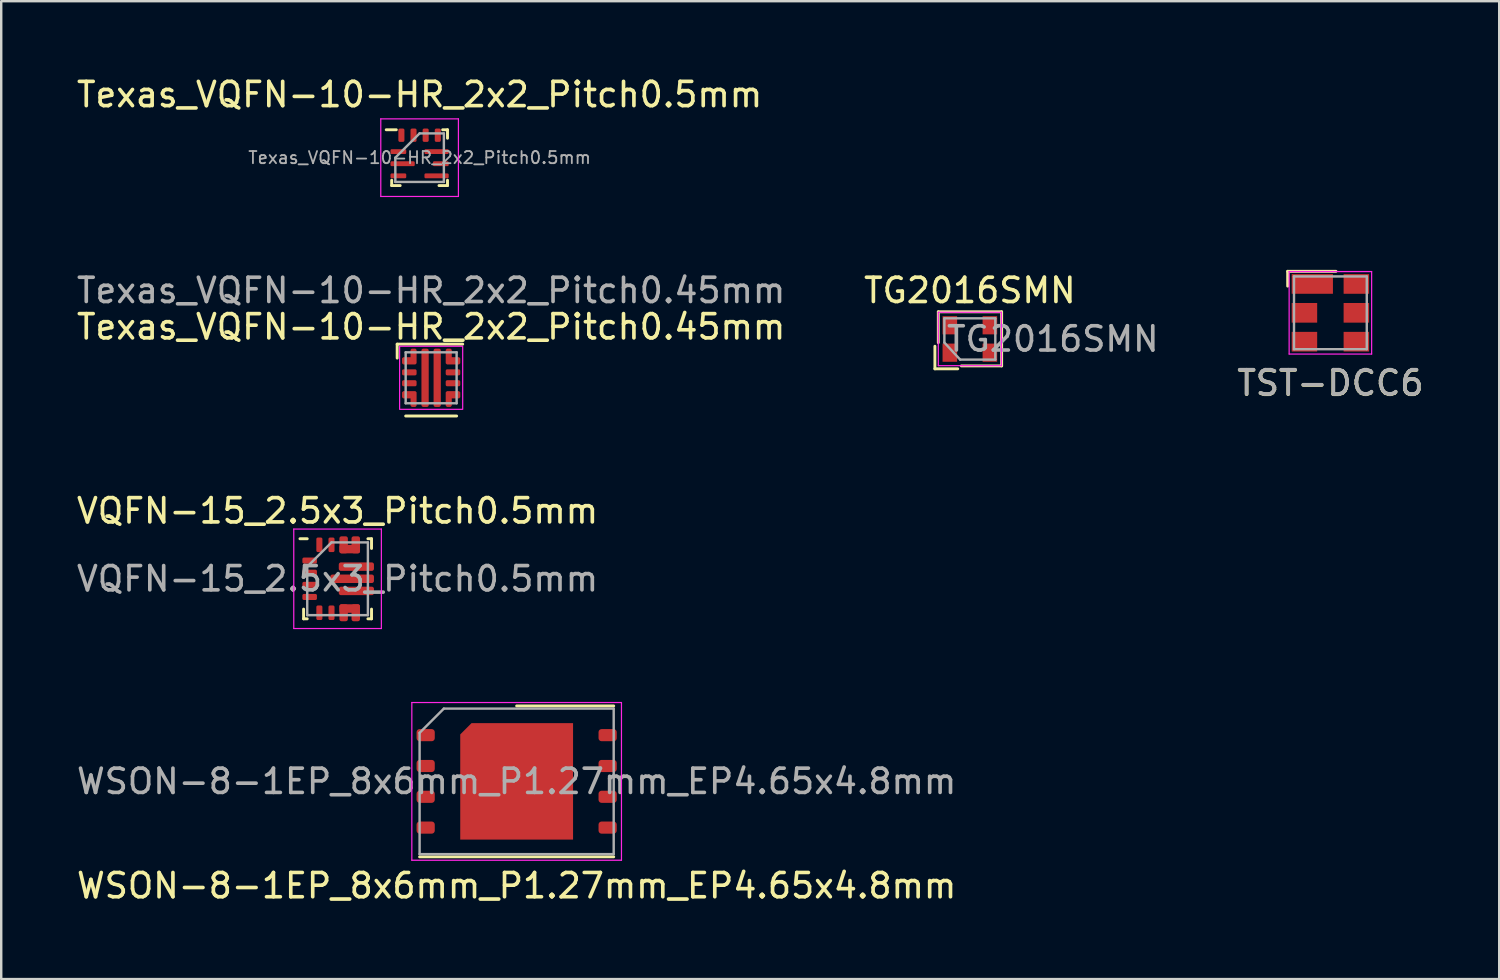
<source format=kicad_pcb>
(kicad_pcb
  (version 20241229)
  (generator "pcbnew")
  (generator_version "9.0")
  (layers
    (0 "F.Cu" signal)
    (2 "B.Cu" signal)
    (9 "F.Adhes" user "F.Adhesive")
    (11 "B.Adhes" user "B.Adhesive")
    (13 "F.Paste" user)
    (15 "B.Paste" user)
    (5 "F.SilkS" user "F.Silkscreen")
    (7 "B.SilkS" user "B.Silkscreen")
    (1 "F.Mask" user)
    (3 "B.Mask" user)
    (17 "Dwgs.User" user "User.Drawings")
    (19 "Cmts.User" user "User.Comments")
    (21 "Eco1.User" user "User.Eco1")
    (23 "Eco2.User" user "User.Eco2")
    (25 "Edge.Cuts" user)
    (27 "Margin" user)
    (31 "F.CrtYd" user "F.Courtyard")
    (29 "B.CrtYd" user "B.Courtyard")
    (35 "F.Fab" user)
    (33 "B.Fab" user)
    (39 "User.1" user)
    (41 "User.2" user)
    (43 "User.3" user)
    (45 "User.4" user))
  (footprint "VQFN-15_2.5x3_Pitch0.5mm"
    (layer "F.Cu")
    (at 10.888 20.805)
    (property "Reference" "VQFN-15_2.5x3_Pitch0.5mm" (at -0.025 -2.8 0) (layer "F.SilkS") (effects (font (size 1 1) (thickness 0.15))))
    (attr smd)
    (fp_line (start -1.425 1.65) (end -1.425 1.25) (stroke (width 0.12) (type solid)) (layer "F.SilkS"))
    (fp_line (start -1.275 -1.65) (end -1.575 -1.65) (stroke (width 0.12) (type solid)) (layer "F.SilkS"))
    (fp_line (start -1.275 1.65) (end -1.425 1.65) (stroke (width 0.12) (type solid)) (layer "F.SilkS"))
    (fp_line (start 1.225 -1.65) (end 1.375 -1.65) (stroke (width 0.12) (type solid)) (layer "F.SilkS"))
    (fp_line (start 1.225 1.65) (end 1.375 1.65) (stroke (width 0.12) (type solid)) (layer "F.SilkS"))
    (fp_line (start 1.375 -1.65) (end 1.375 -1.25) (stroke (width 0.12) (type solid)) (layer "F.SilkS"))
    (fp_line (start 1.375 1.65) (end 1.375 1.25) (stroke (width 0.12) (type solid)) (layer "F.SilkS"))
    (fp_line (start -1.83 -2.05) (end 1.78 -2.05) (stroke (width 0.05) (type solid)) (layer "F.CrtYd"))
    (fp_line (start -1.83 2.05) (end -1.83 -2.05) (stroke (width 0.05) (type solid)) (layer "F.CrtYd"))
    (fp_line (start 1.78 -2.05) (end 1.78 2.05) (stroke (width 0.05) (type solid)) (layer "F.CrtYd"))
    (fp_line (start 1.78 2.05) (end -1.83 2.05) (stroke (width 0.05) (type solid)) (layer "F.CrtYd"))
    (fp_line (start -1.275 -0.5) (end -1.275 1.5) (stroke (width 0.1) (type solid)) (layer "F.Fab"))
    (fp_line (start -1.275 1.5) (end 1.225 1.5) (stroke (width 0.1) (type solid)) (layer "F.Fab"))
    (fp_line (start -0.275 -1.5) (end -1.275 -0.5) (stroke (width 0.1) (type solid)) (layer "F.Fab"))
    (fp_line (start 1.225 -1.5) (end -0.275 -1.5) (stroke (width 0.1) (type solid)) (layer "F.Fab"))
    (fp_line (start 1.225 1.5) (end 1.225 -1.5) (stroke (width 0.1) (type solid)) (layer "F.Fab"))
    (fp_text user "${REFERENCE}" (at -0.025 0 0) (layer "F.Fab") (effects (font (size 1 1) (thickness 0.15))))
    (pad "" smd roundrect (at 0.115 0 90) (size 0.25 0.72) (layers "F.Paste") (roundrect_rratio 0.25))
    (pad "" smd roundrect (at 0.313 -0.5 90) (size 0.25 0.575) (layers "F.Paste") (roundrect_rratio 0.25))
    (pad "" smd roundrect (at 0.313 0.5 90) (size 0.25 0.575) (layers "F.Paste") (roundrect_rratio 0.25))
    (pad "" smd roundrect (at 1.035 0.008 90) (size 0.25 0.72) (layers "F.Paste") (roundrect_rratio 0.25))
    (pad "" smd roundrect (at 1.138 -0.5 90) (size 0.25 0.575) (layers "F.Paste") (roundrect_rratio 0.25))
    (pad "" smd roundrect (at 1.138 0.5 90) (size 0.25 0.575) (layers "F.Paste") (roundrect_rratio 0.25))
    (pad "1" smd roundrect (at -1.175 -0.75 90) (size 0.25 0.6) (layers "F.Cu" "F.Mask" "F.Paste") (roundrect_rratio 0.25))
    (pad "2" smd roundrect (at -1.175 -0.25 90) (size 0.25 0.6) (layers "F.Cu" "F.Mask" "F.Paste") (roundrect_rratio 0.25))
    (pad "3" smd roundrect (at -1.175 0.25 90) (size 0.25 0.6) (layers "F.Cu" "F.Mask" "F.Paste") (roundrect_rratio 0.25))
    (pad "4" smd roundrect (at -1.175 0.75 90) (size 0.25 0.6) (layers "F.Cu" "F.Mask" "F.Paste") (roundrect_rratio 0.25))
    (pad "5" smd roundrect (at -0.775 1.4) (size 0.25 0.6) (layers "F.Cu" "F.Mask" "F.Paste") (roundrect_rratio 0.25))
    (pad "6" smd roundrect (at -0.275 1.4) (size 0.25 0.6) (layers "F.Cu" "F.Mask" "F.Paste") (roundrect_rratio 0.25))
    (pad "7" smd roundrect (at 0.225 1.4) (size 0.35 0.7) (layers "F.Cu" "F.Mask" "F.Paste") (roundrect_rratio 0.25))
    (pad "7" smd roundrect (at 0.475 1.226 90) (size 0.35 0.85) (layers "F.Cu" "F.Mask" "F.Paste") (roundrect_rratio 0.25))
    (pad "7" smd roundrect (at 0.725 1.4) (size 0.35 0.7) (layers "F.Cu" "F.Mask" "F.Paste") (roundrect_rratio 0.25))
    (pad "9" smd roundrect (at 0.75 0.5 90) (size 0.35 1.45) (layers "F.Cu" "F.Mask") (roundrect_rratio 0.25))
    (pad "10" smd roundrect (at 0.575 0 90) (size 0.35 1.8) (layers "F.Cu" "F.Mask") (roundrect_rratio 0.25))
    (pad "11" smd roundrect (at 0.75 -0.5 90) (size 0.35 1.45) (layers "F.Cu" "F.Mask") (roundrect_rratio 0.25))
    (pad "12" smd roundrect (at 0.225 -1.4) (size 0.35 0.7) (layers "F.Cu" "F.Mask" "F.Paste") (roundrect_rratio 0.25))
    (pad "12" smd roundrect (at 0.475 -1.223 90) (size 0.35 0.85) (layers "F.Cu" "F.Mask" "F.Paste") (roundrect_rratio 0.25))
    (pad "12" smd roundrect (at 0.725 -1.4) (size 0.35 0.7) (layers "F.Cu" "F.Mask" "F.Paste") (roundrect_rratio 0.25))
    (pad "14" smd roundrect (at -0.275 -1.4) (size 0.25 0.6) (layers "F.Cu" "F.Mask" "F.Paste") (roundrect_rratio 0.25))
    (pad "15" smd roundrect (at -0.775 -1.4) (size 0.25 0.6) (layers "F.Cu" "F.Mask" "F.Paste") (roundrect_rratio 0.25)))
  (footprint "Texas_VQFN-10-HR_2x2_Pitch0.5mm"
    (layer "F.Cu")
    (at 14.244 3.448)
    (property "Reference" "Texas_VQFN-10-HR_2x2_Pitch0.5mm" (at 0 -2.6 0) (layer "F.SilkS") (effects (font (size 1 1) (thickness 0.15))))
    (attr smd)
    (fp_line (start -1.15 1.15) (end -1.15 0.93) (stroke (width 0.12) (type solid)) (layer "F.SilkS"))
    (fp_line (start -0.96 -1.15) (end -1.375 -1.15) (stroke (width 0.12) (type solid)) (layer "F.SilkS"))
    (fp_line (start -0.8 1.15) (end -1.15 1.15) (stroke (width 0.12) (type solid)) (layer "F.SilkS"))
    (fp_line (start 0.8 1.15) (end 1.15 1.15) (stroke (width 0.12) (type solid)) (layer "F.SilkS"))
    (fp_line (start 0.95 -1.15) (end 1.15 -1.15) (stroke (width 0.12) (type solid)) (layer "F.SilkS"))
    (fp_line (start 1.15 -1.15) (end 1.15 -0.8) (stroke (width 0.12) (type solid)) (layer "F.SilkS"))
    (fp_line (start 1.15 1.15) (end 1.15 0.93) (stroke (width 0.12) (type solid)) (layer "F.SilkS"))
    (fp_line (start -1.6 -1.6) (end 1.6 -1.6) (stroke (width 0.05) (type solid)) (layer "F.CrtYd"))
    (fp_line (start -1.6 1.6) (end -1.6 -1.6) (stroke (width 0.05) (type solid)) (layer "F.CrtYd"))
    (fp_line (start 1.6 -1.6) (end 1.6 1.6) (stroke (width 0.05) (type solid)) (layer "F.CrtYd"))
    (fp_line (start 1.6 1.6) (end -1.6 1.6) (stroke (width 0.05) (type solid)) (layer "F.CrtYd"))
    (fp_line (start -1 0) (end -1 1) (stroke (width 0.1) (type solid)) (layer "F.Fab"))
    (fp_line (start -1 1) (end 1 1) (stroke (width 0.1) (type solid)) (layer "F.Fab"))
    (fp_line (start 0 -1) (end -1 0) (stroke (width 0.1) (type solid)) (layer "F.Fab"))
    (fp_line (start 1 -1) (end 0 -1) (stroke (width 0.1) (type solid)) (layer "F.Fab"))
    (fp_line (start 1 1) (end 1 -1) (stroke (width 0.1) (type solid)) (layer "F.Fab"))
    (fp_text user "${REFERENCE}" (at 0 0 0) (layer "F.Fab") (effects (font (size 0.5 0.5) (thickness 0.075))))
    (pad "1" smd roundrect (at -0.875 -0.25 90) (size 0.2 0.65) (layers "F.Cu" "F.Mask" "F.Paste") (roundrect_rratio 0.25))
    (pad "2" smd roundrect (at -0.7 0.25 90) (size 0.2 1) (layers "F.Cu" "F.Mask" "F.Paste") (roundrect_rratio 0.25))
    (pad "3" smd roundrect (at -0.875 0.75 90) (size 0.2 0.65) (layers "F.Cu" "F.Mask" "F.Paste") (roundrect_rratio 0.25))
    (pad "4" smd roundrect (at 0.7 0.75 90) (size 0.2 1) (layers "F.Cu" "F.Mask" "F.Paste") (roundrect_rratio 0.25))
    (pad "5" smd roundrect (at 0.875 0.25 90) (size 0.2 0.65) (layers "F.Cu" "F.Mask" "F.Paste") (roundrect_rratio 0.25))
    (pad "6" smd roundrect (at 0.7 -0.25 90) (size 0.2 1) (layers "F.Cu" "F.Mask" "F.Paste") (roundrect_rratio 0.25))
    (pad "7" smd roundrect (at 0.75 -0.925 180) (size 0.25 0.55) (layers "F.Cu" "F.Mask" "F.Paste") (roundrect_rratio 0.25))
    (pad "8" smd roundrect (at 0.25 -0.925 180) (size 0.25 0.55) (layers "F.Cu" "F.Mask" "F.Paste") (roundrect_rratio 0.25))
    (pad "9" smd roundrect (at -0.25 -0.925 180) (size 0.25 0.55) (layers "F.Cu" "F.Mask" "F.Paste") (roundrect_rratio 0.25))
    (pad "10" smd roundrect (at -0.75 -0.925) (size 0.25 0.55) (layers "F.Cu" "F.Mask" "F.Paste") (roundrect_rratio 0.25)))
  (footprint "TST-DCC6"
    (layer "F.Cu")
    (at 51.783 9.843)
    (property "Reference" "TST-DCC6" (at 0 2.9 0) (layer "F.SilkS") (effects (font (size 1 1) (thickness 0.15))))
    (attr smd)
    (fp_line (start -1.76 -1.71) (end 0.23 -1.71) (stroke (width 0.12) (type solid)) (layer "F.SilkS"))
    (fp_line (start -1.76 -1.1) (end -1.76 -1.71) (stroke (width 0.12) (type solid)) (layer "F.SilkS"))
    (fp_line (start -1.7 -1.7) (end 1.7 -1.7) (stroke (width 0.05) (type solid)) (layer "F.CrtYd"))
    (fp_line (start -1.7 1.7) (end -1.7 -1.7) (stroke (width 0.05) (type solid)) (layer "F.CrtYd"))
    (fp_line (start -1.7 1.7) (end 1.7 1.7) (stroke (width 0.05) (type solid)) (layer "F.CrtYd"))
    (fp_line (start 1.7 1.7) (end 1.7 -1.7) (stroke (width 0.05) (type solid)) (layer "F.CrtYd"))
    (fp_line (start -1.5 -1.5) (end -1.5 1.5) (stroke (width 0.1) (type solid)) (layer "F.Fab"))
    (fp_line (start -1.5 -1.5) (end 1.5 -1.5) (stroke (width 0.1) (type solid)) (layer "F.Fab"))
    (fp_line (start -1.5 1.5) (end 1.5 1.5) (stroke (width 0.1) (type solid)) (layer "F.Fab"))
    (fp_line (start 1.5 -1.5) (end 1.5 1.5) (stroke (width 0.1) (type solid)) (layer "F.Fab"))
    (fp_text user "${REFERENCE}" (at 0 2.89 0) (layer "F.Fab") (effects (font (size 1 1) (thickness 0.15))))
    (pad "1" smd rect (at -0.745 -1.19) (size 1.7 0.81) (layers "F.Cu" "F.Mask" "F.Paste"))
    (pad "2" smd rect (at -1.07 0) (size 1.05 0.81) (layers "F.Cu" "F.Mask" "F.Paste"))
    (pad "3" smd rect (at -1.07 1.19) (size 1.05 0.81) (layers "F.Cu" "F.Mask" "F.Paste"))
    (pad "4" smd rect (at 1.07 1.19) (size 1.05 0.81) (layers "F.Cu" "F.Mask" "F.Paste"))
    (pad "5" smd rect (at 1.07 0) (size 1.05 0.81) (layers "F.Cu" "F.Mask" "F.Paste"))
    (pad "6" smd rect (at 1.07 -1.19) (size 1.05 0.81) (layers "F.Cu" "F.Mask" "F.Paste")))
  (footprint "WSON-8-1EP_8x6mm_P1.27mm_EP4.65x4.8mm"
    (layer "F.Cu")
    (at 18.244 29.155)
    (property "Reference" "WSON-8-1EP_8x6mm_P1.27mm_EP4.65x4.8mm" (at 0 4.3 0) (unlocked yes) (layer "F.SilkS") (effects (font (size 1 1) (thickness 0.15))))
    (attr smd)
    (fp_line (start -4 3.11) (end 4 3.11) (stroke (width 0.12) (type solid)) (layer "F.SilkS"))
    (fp_line (start 0 -3.11) (end 4 -3.11) (stroke (width 0.12) (type solid)) (layer "F.SilkS"))
    (fp_line (start -4.32 -3.25) (end -4.32 3.25) (stroke (width 0.05) (type solid)) (layer "F.CrtYd"))
    (fp_line (start -4.32 3.25) (end 4.32 3.25) (stroke (width 0.05) (type solid)) (layer "F.CrtYd"))
    (fp_line (start 4.32 -3.25) (end -4.32 -3.25) (stroke (width 0.05) (type solid)) (layer "F.CrtYd"))
    (fp_line (start 4.32 3.25) (end 4.32 -3.25) (stroke (width 0.05) (type solid)) (layer "F.CrtYd"))
    (fp_line (start -4 -2) (end -3 -3) (stroke (width 0.1) (type solid)) (layer "F.Fab"))
    (fp_line (start -4 3) (end -4 -2) (stroke (width 0.1) (type solid)) (layer "F.Fab"))
    (fp_line (start -3 -3) (end 4 -3) (stroke (width 0.1) (type solid)) (layer "F.Fab"))
    (fp_line (start 4 -3) (end 4 3) (stroke (width 0.1) (type solid)) (layer "F.Fab"))
    (fp_line (start 4 3) (end -4 3) (stroke (width 0.1) (type solid)) (layer "F.Fab"))
    (fp_text user "${REFERENCE}" (at 0 0 0) (unlocked yes) (layer "F.Fab") (effects (font (size 1 1) (thickness 0.15))))
    (pad "" smd roundrect (at -0.85 -1.075) (size 1.37 1.73) (layers "F.Paste") (roundrect_rratio 0.182))
    (pad "" smd roundrect (at -0.85 1.075) (size 1.37 1.73) (layers "F.Paste") (roundrect_rratio 0.182))
    (pad "" smd roundrect (at 0.85 -1.075) (size 1.37 1.73) (layers "F.Paste") (roundrect_rratio 0.182))
    (pad "" smd roundrect (at 0.85 1.075) (size 1.37 1.73) (layers "F.Paste") (roundrect_rratio 0.182))
    (pad "1" smd roundrect (at -3.75 -1.905) (size 0.75 0.5) (layers "F.Cu" "F.Mask" "F.Paste") (roundrect_rratio 0.25))
    (pad "2" smd roundrect (at -3.75 -0.635) (size 0.75 0.5) (layers "F.Cu" "F.Mask" "F.Paste") (roundrect_rratio 0.25))
    (pad "3" smd roundrect (at -3.75 0.635) (size 0.75 0.5) (layers "F.Cu" "F.Mask" "F.Paste") (roundrect_rratio 0.25))
    (pad "4" smd roundrect (at -3.75 1.905) (size 0.75 0.5) (layers "F.Cu" "F.Mask" "F.Paste") (roundrect_rratio 0.25))
    (pad "5" smd roundrect (at 3.75 1.905) (size 0.75 0.5) (layers "F.Cu" "F.Mask" "F.Paste") (roundrect_rratio 0.25))
    (pad "6" smd roundrect (at 3.75 0.635) (size 0.75 0.5) (layers "F.Cu" "F.Mask" "F.Paste") (roundrect_rratio 0.25))
    (pad "7" smd roundrect (at 3.75 -0.635) (size 0.75 0.5) (layers "F.Cu" "F.Mask" "F.Paste") (roundrect_rratio 0.25))
    (pad "8" smd roundrect (at 3.75 -1.905) (size 0.75 0.5) (layers "F.Cu" "F.Mask" "F.Paste") (roundrect_rratio 0.25))
    (pad "9" smd roundrect (at 0 0) (size 4.65 4.8) (layers "F.Cu" "F.Mask") (roundrect_rratio 0) (chamfer_ratio 0.1) (chamfer top_left)))
  (footprint "TG2016SMN"
    (layer "F.Cu")
    (at 36.923 10.921)
    (property "Reference" "TG2016SMN" (at 0 -2 180) (layer "F.SilkS") (effects (font (size 1 1) (thickness 0.15))))
    (attr smd)
    (fp_line (start -1.44 1.23) (end -1.44 0.3) (stroke (width 0.12) (type solid)) (layer "F.SilkS"))
    (fp_line (start -1.3 -1.12) (end 1.31 -1.12) (stroke (width 0.12) (type solid)) (layer "F.SilkS"))
    (fp_line (start -1.3 0.15) (end -1.3 -1.12) (stroke (width 0.12) (type solid)) (layer "F.SilkS"))
    (fp_line (start -0.5 1.23) (end -1.44 1.23) (stroke (width 0.12) (type solid)) (layer "F.SilkS"))
    (fp_line (start 1.31 -1.12) (end 1.31 1.11) (stroke (width 0.12) (type solid)) (layer "F.SilkS"))
    (fp_line (start 1.31 1.11) (end -0.35 1.11) (stroke (width 0.12) (type solid)) (layer "F.SilkS"))
    (fp_line (start -1.3 -1.1) (end 1.3 -1.1) (stroke (width 0.05) (type solid)) (layer "F.CrtYd"))
    (fp_line (start -1.3 1.1) (end -1.3 -1.1) (stroke (width 0.05) (type solid)) (layer "F.CrtYd"))
    (fp_line (start 1.3 -1.1) (end 1.3 1.1) (stroke (width 0.05) (type solid)) (layer "F.CrtYd"))
    (fp_line (start 1.3 1.1) (end -1.3 1.1) (stroke (width 0.05) (type solid)) (layer "F.CrtYd"))
    (fp_line (start -1.05 -0.85) (end 1.05 -0.85) (stroke (width 0.1) (type solid)) (layer "F.Fab"))
    (fp_line (start -1.05 0.15) (end -1.05 -0.85) (stroke (width 0.1) (type solid)) (layer "F.Fab"))
    (fp_line (start -0.4 0.85) (end -1.05 0.15) (stroke (width 0.1) (type solid)) (layer "F.Fab"))
    (fp_line (start 1.05 -0.85) (end 1.05 0.85) (stroke (width 0.1) (type solid)) (layer "F.Fab"))
    (fp_line (start 1.05 0.85) (end -0.4 0.85) (stroke (width 0.1) (type solid)) (layer "F.Fab"))
    (fp_text user "${REFERENCE}" (at 3.42 0 0) (layer "F.Fab") (effects (font (size 1 1) (thickness 0.15))))
    (pad "1" smd rect (at -0.825 0.565) (size 0.6 0.75) (layers "F.Cu" "F.Mask" "F.Paste"))
    (pad "2" smd rect (at 0.825 0.565) (size 0.6 0.75) (layers "F.Cu" "F.Mask" "F.Paste"))
    (pad "3" smd rect (at 0.825 -0.565) (size 0.6 0.75) (layers "F.Cu" "F.Mask" "F.Paste"))
    (pad "4" smd rect (at -0.825 -0.565) (size 0.6 0.75) (layers "F.Cu" "F.Mask" "F.Paste")))
  (footprint "Texas_VQFN-10-HR_2x2_Pitch0.45mm"
    (layer "F.Cu")
    (at 14.72 12.521)
    (property "Reference" "Texas_VQFN-10-HR_2x2_Pitch0.45mm" (at 0 -2.1 0) (layer "F.SilkS") (effects (font (size 1 1) (thickness 0.15))))
    (attr smd)
    (fp_poly (pts (xy -0.85 0.85) (xy -1.15 0.85) (xy -1.2 0.8) (xy -1.2 0.6) (xy -1.15 0.55) (xy -0.65 0.55) (xy -0.6 0.6) (xy -0.6 1.15) (xy -0.65 1.2) (xy -0.8 1.2) (xy -0.85 1.15)) (stroke (width 0) (type solid)) (fill yes) (layer "F.Mask"))
    (fp_poly (pts (xy 0.85 -0.85) (xy 1.15 -0.85) (xy 1.2 -0.8) (xy 1.2 -0.6) (xy 1.15 -0.55) (xy 0.65 -0.55) (xy 0.6 -0.6) (xy 0.6 -1.15) (xy 0.65 -1.2) (xy 0.8 -1.2) (xy 0.85 -1.15)) (stroke (width 0) (type solid)) (fill yes) (layer "F.Mask"))
    (fp_line (start -1.4 -1.387) (end -1.4 -0.812) (stroke (width 0.12) (type solid)) (layer "F.SilkS"))
    (fp_line (start -1.4 -1.387) (end 1.3 -1.387) (stroke (width 0.12) (type solid)) (layer "F.SilkS"))
    (fp_line (start -1.05 1.575) (end 1.05 1.575) (stroke (width 0.12) (type solid)) (layer "F.SilkS"))
    (fp_poly (pts (xy -0.34 1.16) (xy -0.39 1.11) (xy -0.39 0.15) (xy -0.34 0.1) (xy -0.16 0.1) (xy -0.11 0.15) (xy -0.11 1.11) (xy -0.16 1.16)) (stroke (width 0) (type solid)) (fill yes) (layer "F.Paste"))
    (fp_poly (pts (xy -0.11 -1.11) (xy -0.11 -0.15) (xy -0.16 -0.1) (xy -0.34 -0.1) (xy -0.39 -0.15) (xy -0.39 -1.11) (xy -0.34 -1.16) (xy -0.16 -1.16)) (stroke (width 0) (type solid)) (fill yes) (layer "F.Paste"))
    (fp_poly (pts (xy 0.39 -0.15) (xy 0.34 -0.1) (xy 0.16 -0.1) (xy 0.11 -0.15) (xy 0.11 -1.11) (xy 0.16 -1.16) (xy 0.34 -1.16) (xy 0.39 -1.11)) (stroke (width 0) (type solid)) (fill yes) (layer "F.Paste"))
    (fp_poly (pts (xy 0.39 1.11) (xy 0.34 1.16) (xy 0.16 1.16) (xy 0.11 1.11) (xy 0.11 0.15) (xy 0.16 0.1) (xy 0.34 0.1) (xy 0.39 0.15)) (stroke (width 0) (type solid)) (fill yes) (layer "F.Paste"))
    (fp_poly (pts (xy -0.825 -0.825) (xy -0.825 -1.15) (xy -0.775 -1.2) (xy -0.65 -1.2) (xy -0.6 -1.15) (xy -0.6 -0.6) (xy -0.65 -0.55) (xy -1.15 -0.55) (xy -1.2 -0.6) (xy -1.2 -0.775) (xy -1.15 -0.825)) (stroke (width 0) (type solid)) (fill yes) (layer "F.Paste"))
    (fp_poly (pts (xy -0.825 0.825) (xy -0.825 1.15) (xy -0.775 1.2) (xy -0.65 1.2) (xy -0.6 1.15) (xy -0.6 0.6) (xy -0.65 0.55) (xy -1.15 0.55) (xy -1.2 0.6) (xy -1.2 0.775) (xy -1.15 0.825)) (stroke (width 0) (type solid)) (fill yes) (layer "F.Paste"))
    (fp_poly (pts (xy 0.825 -0.825) (xy 0.825 -1.15) (xy 0.775 -1.2) (xy 0.65 -1.2) (xy 0.6 -1.15) (xy 0.6 -0.6) (xy 0.65 -0.55) (xy 1.15 -0.55) (xy 1.2 -0.6) (xy 1.2 -0.775) (xy 1.15 -0.825)) (stroke (width 0) (type solid)) (fill yes) (layer "F.Paste"))
    (fp_poly (pts (xy 0.825 0.825) (xy 0.825 1.15) (xy 0.775 1.2) (xy 0.65 1.2) (xy 0.6 1.15) (xy 0.6 0.6) (xy 0.65 0.55) (xy 1.15 0.55) (xy 1.2 0.6) (xy 1.2 0.775) (xy 1.15 0.825)) (stroke (width 0) (type solid)) (fill yes) (layer "F.Paste"))
    (fp_rect (start -1.3 -1.3) (end 1.3 1.3) (stroke (width 0.05) (type solid)) (fill no) (layer "F.CrtYd"))
    (fp_line (start -1.05 -1.05) (end 1.05 -1.05) (stroke (width 0.1) (type solid)) (layer "F.Fab"))
    (fp_line (start -1.05 1.05) (end -1.05 -1.05) (stroke (width 0.1) (type solid)) (layer "F.Fab"))
    (fp_line (start -1.05 1.05) (end 1.05 1.05) (stroke (width 0.1) (type solid)) (layer "F.Fab"))
    (fp_line (start 1.05 1.05) (end 1.05 -1.05) (stroke (width 0.1) (type solid)) (layer "F.Fab"))
    (fp_text user "${REFERENCE}" (at 0 -3.6 0) (layer "F.Fab") (effects (font (size 1 1) (thickness 0.15))))
    (pad "1" smd custom (at -0.75 -0.7) (size 0.27 0.27) (layers "F.Cu" "F.Mask") (options (anchor circle)) (primitives (gr_poly (pts (xy -0.1 -0.15) (xy -0.1 -0.45) (xy -0.05 -0.5) (xy 0.1 -0.5) (xy 0.15 -0.45) (xy 0.15 0.1) (xy 0.1 0.15) (xy -0.4 0.15) (xy -0.45 0.1) (xy -0.45 -0.1) (xy -0.4 -0.15)) (width 0) (fill yes))))
    (pad "2" smd roundrect (at -0.9 -0.225) (size 0.6 0.25) (layers "F.Cu" "F.Mask" "F.Paste") (roundrect_rratio 0.25))
    (pad "3" smd roundrect (at -0.9 0.225) (size 0.6 0.25) (layers "F.Cu" "F.Mask" "F.Paste") (roundrect_rratio 0.25))
    (pad "4" smd custom (at -0.75 0.75) (size 0.255 0.255) (layers "F.Cu" "F.Mask") (options (anchor circle)) (primitives (gr_poly (pts (xy -0.1 0.1) (xy -0.1 0.4) (xy -0.05 0.45) (xy 0.1 0.45) (xy 0.15 0.4) (xy 0.15 -0.15) (xy 0.1 -0.2) (xy -0.4 -0.2) (xy -0.45 -0.15) (xy -0.45 0.05) (xy -0.4 0.1)) (width 0) (fill yes))))
    (pad "5" smd roundrect (at -0.25 0) (size 0.3 2.4) (layers "F.Cu" "F.Mask") (roundrect_rratio 0.25))
    (pad "6" smd roundrect (at 0.25 0) (size 0.3 2.4) (layers "F.Cu" "F.Mask") (roundrect_rratio 0.25))
    (pad "7" smd custom (at 0.75 0.75) (size 0.255 0.255) (layers "F.Cu" "F.Mask") (options (anchor circle)) (primitives (gr_poly (pts (xy 0.1 0.1) (xy 0.1 0.4) (xy 0.05 0.45) (xy -0.1 0.45) (xy -0.15 0.4) (xy -0.15 -0.15) (xy -0.1 -0.2) (xy 0.4 -0.2) (xy 0.45 -0.15) (xy 0.45 0.05) (xy 0.4 0.1)) (width 0) (fill yes))))
    (pad "8" smd roundrect (at 0.9 0.225) (size 0.6 0.25) (layers "F.Cu" "F.Mask" "F.Paste") (roundrect_rratio 0.25))
    (pad "9" smd roundrect (at 0.9 -0.225) (size 0.6 0.25) (layers "F.Cu" "F.Mask" "F.Paste") (roundrect_rratio 0.25))
    (pad "10" smd custom (at 0.75 -0.7) (size 0.27 0.27) (layers "F.Cu" "F.Mask") (options (anchor circle)) (primitives (gr_poly (pts (xy 0.1 -0.15) (xy 0.1 -0.45) (xy 0.05 -0.5) (xy -0.1 -0.5) (xy -0.15 -0.45) (xy -0.15 0.1) (xy -0.1 0.15) (xy 0.4 0.15) (xy 0.45 0.1) (xy 0.45 -0.1) (xy 0.4 -0.15)) (width 0) (fill yes)))))
  (gr_rect
    (start -3 -3)
    (end 58.741 37.303)
    (stroke (width 0.1) (type default))
    (fill no)
    (layer "Edge.Cuts")))
</source>
